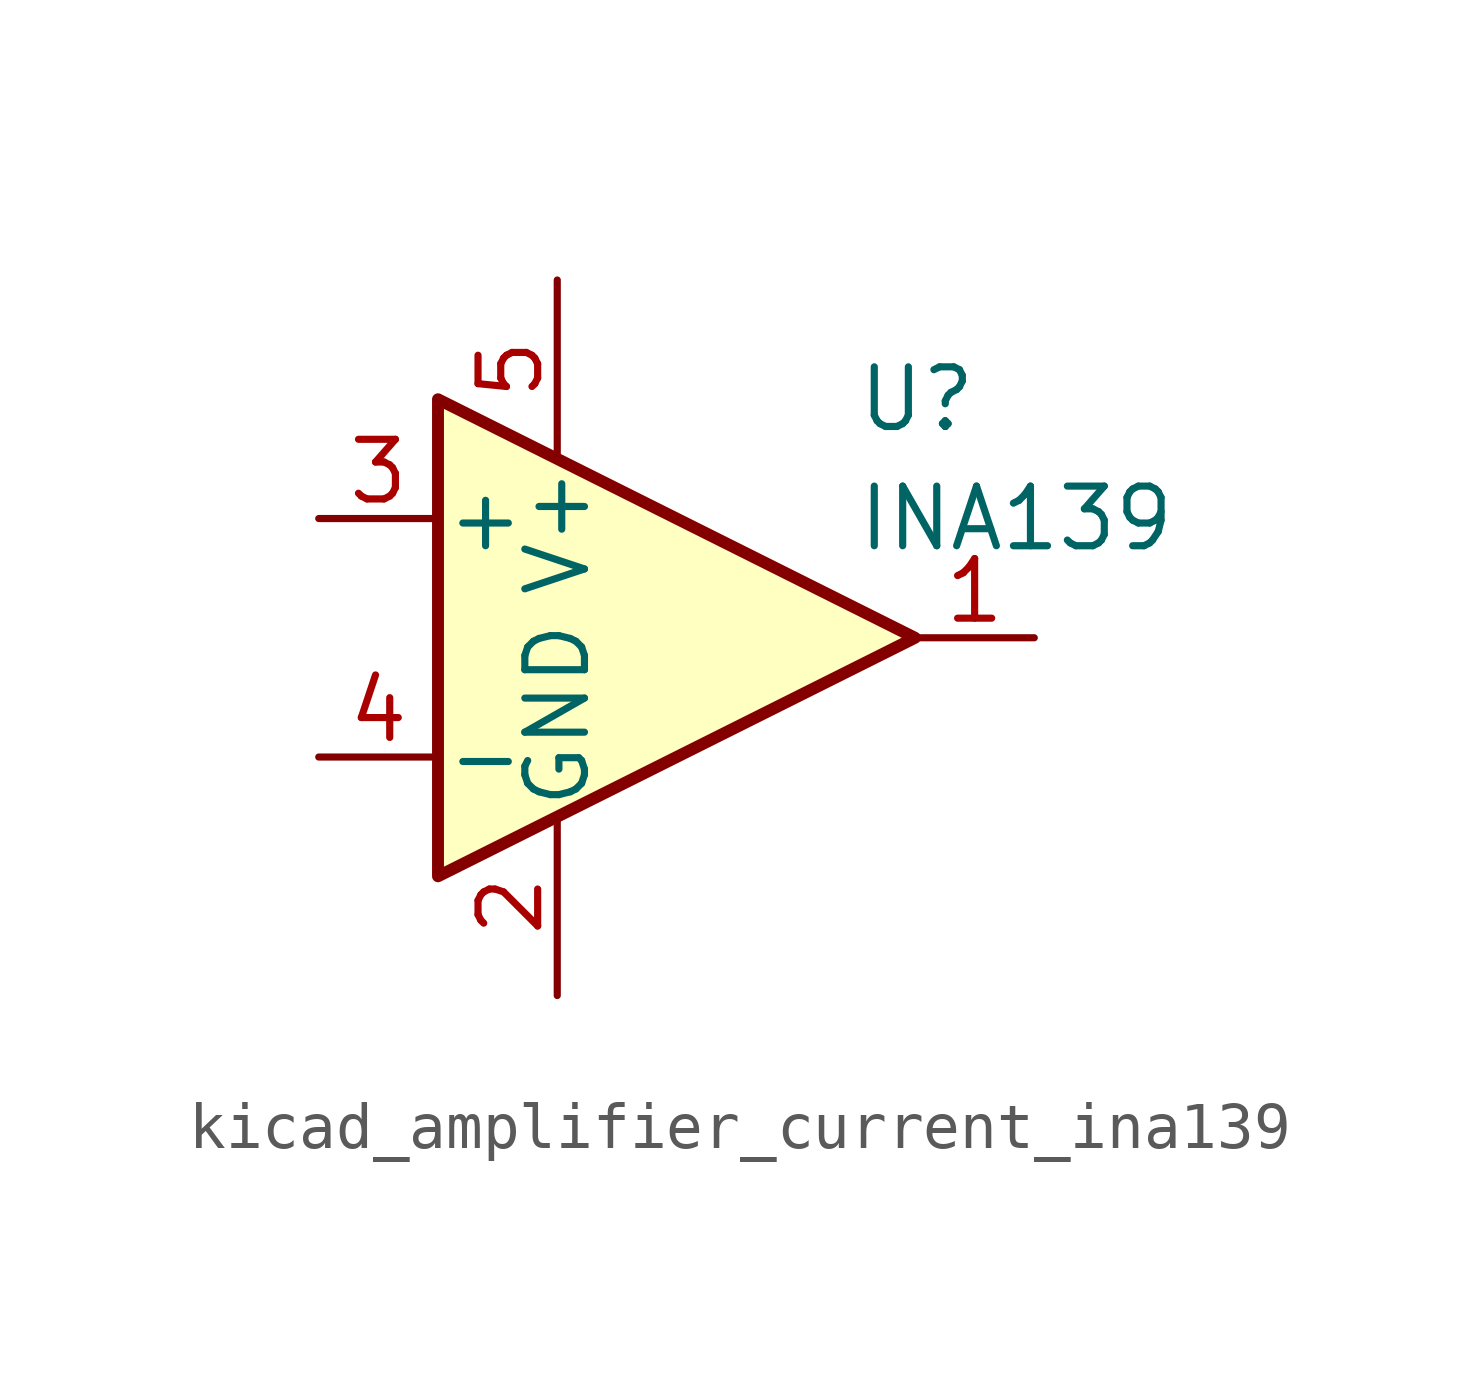
<source format=kicad_sym>
(kicad_symbol_lib
  (version 20220914)
  (generator kicad_symbol_editor)
  (symbol "kicad_amplifier_current_ina139"
    (pin_names
      (offset 0.127))
    (property "Reference" "U"
      (at 3.81 5.08 0)
      (effects (font (size 1.27 1.27)) (justify left)))
    (property "Value" "INA139"
      (at 3.81 2.54 0)
      (effects (font (size 1.27 1.27)) (justify left)))
    (symbol "kicad_amplifier_current_ina139_0_1"
      (polyline (pts (xy -5.08 5.08) (xy 5.08 0) (xy -5.08 -5.08) (xy -5.08 5.08)) (stroke (width 0.254) (type default)) (fill (type background))))
    (symbol "kicad_amplifier_current_ina139_1_1"
      (pin output line (at 7.62 0 180) (length 2.54) (name "~" (effects (font (size 1.27 1.27)))) (number "1" (effects (font (size 1.27 1.27)))))
      (pin power_in line (at -2.54 -7.62 90) (length 3.81) (name "GND" (effects (font (size 1.27 1.27)))) (number "2" (effects (font (size 1.27 1.27)))))
      (pin input line (at -7.62 2.54 0) (length 2.54) (name "+" (effects (font (size 1.27 1.27)))) (number "3" (effects (font (size 1.27 1.27)))))
      (pin input line (at -7.62 -2.54 0) (length 2.54) (name "-" (effects (font (size 1.27 1.27)))) (number "4" (effects (font (size 1.27 1.27)))))
      (pin power_in line (at -2.54 7.62 270) (length 3.81) (name "V+" (effects (font (size 1.27 1.27)))) (number "5" (effects (font (size 1.27 1.27))))))))
</source>
